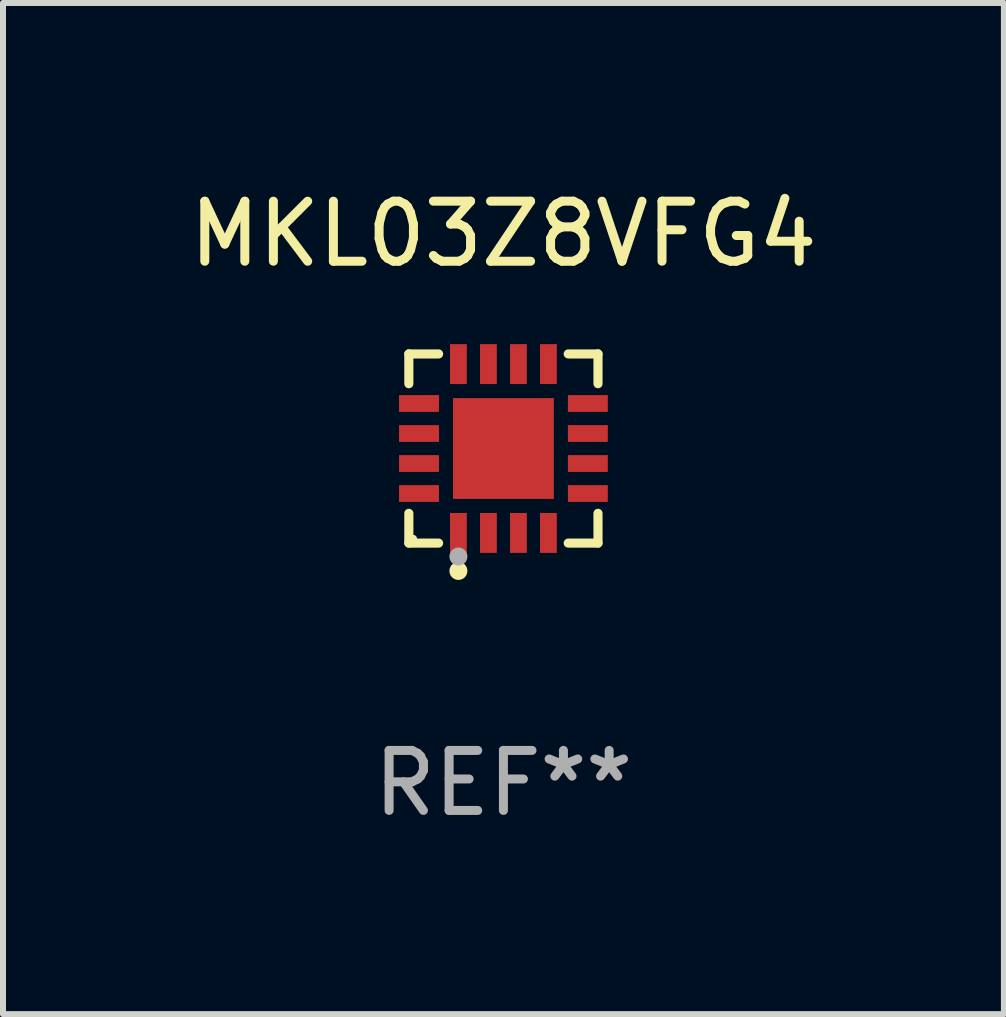
<source format=kicad_pcb>
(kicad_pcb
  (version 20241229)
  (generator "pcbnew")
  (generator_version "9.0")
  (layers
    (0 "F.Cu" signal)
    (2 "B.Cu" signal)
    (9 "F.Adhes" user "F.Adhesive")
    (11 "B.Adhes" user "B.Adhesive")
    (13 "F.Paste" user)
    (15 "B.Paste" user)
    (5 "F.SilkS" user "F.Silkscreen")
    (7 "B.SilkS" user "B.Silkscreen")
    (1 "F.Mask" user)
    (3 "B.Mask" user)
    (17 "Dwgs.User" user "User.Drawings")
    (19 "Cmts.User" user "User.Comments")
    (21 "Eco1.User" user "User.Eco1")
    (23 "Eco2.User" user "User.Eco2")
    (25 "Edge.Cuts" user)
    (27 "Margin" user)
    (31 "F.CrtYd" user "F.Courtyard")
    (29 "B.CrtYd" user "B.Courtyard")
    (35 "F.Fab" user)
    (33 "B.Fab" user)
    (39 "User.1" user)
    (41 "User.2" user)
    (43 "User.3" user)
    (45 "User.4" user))
  (footprint "MKL03Z8VFG4"
    (layer "F.Cu")
    (at 5.339 4.424)
    (property "Reference" "MKL03Z8VFG4" (at 0 -3.576 0) (layer "F.SilkS") (effects (font (size 1 1) (thickness 0.15))))
    (attr through_hole)
    (fp_line (start -1.576 -1.576) (end -1.08 -1.576) (stroke (width 0.152) (type solid)) (layer "F.SilkS"))
    (fp_line (start -1.576 -1.08) (end -1.576 -1.576) (stroke (width 0.152) (type solid)) (layer "F.SilkS"))
    (fp_line (start -1.576 1.08) (end -1.576 1.576) (stroke (width 0.152) (type solid)) (layer "F.SilkS"))
    (fp_line (start -1.576 1.576) (end -1.08 1.576) (stroke (width 0.152) (type solid)) (layer "F.SilkS"))
    (fp_line (start 1.576 -1.576) (end 1.08 -1.576) (stroke (width 0.152) (type solid)) (layer "F.SilkS"))
    (fp_line (start 1.576 -1.08) (end 1.576 -1.576) (stroke (width 0.152) (type solid)) (layer "F.SilkS"))
    (fp_line (start 1.576 1.08) (end 1.576 1.576) (stroke (width 0.152) (type solid)) (layer "F.SilkS"))
    (fp_line (start 1.576 1.576) (end 1.08 1.576) (stroke (width 0.152) (type solid)) (layer "F.SilkS"))
    (fp_circle (center -1.5 1.5) (end -1.47 1.5) (stroke (width 0.06) (type solid)) (fill no) (layer "F.SilkS"))
    (fp_circle (center -0.75 2.04) (end -0.675 2.04) (stroke (width 0.15) (type solid)) (fill no) (layer "F.SilkS"))
    (fp_circle (center -0.75 1.8) (end -0.675 1.8) (stroke (width 0.15) (type solid)) (fill no) (layer "F.Fab"))
    (fp_text user "REF**" (at 0 5.576 0) (layer "F.Fab") (effects (font (size 1 1) (thickness 0.15))))
    (pad "1" smd rect (at -0.75 1.407) (size 0.28 0.665) (layers "F.Cu" "F.Mask" "F.Paste"))
    (pad "2" smd rect (at -0.25 1.407) (size 0.28 0.665) (layers "F.Cu" "F.Mask" "F.Paste"))
    (pad "3" smd rect (at 0.25 1.407) (size 0.28 0.665) (layers "F.Cu" "F.Mask" "F.Paste"))
    (pad "4" smd rect (at 0.75 1.407) (size 0.28 0.665) (layers "F.Cu" "F.Mask" "F.Paste"))
    (pad "5" smd rect (at 1.407 0.75) (size 0.665 0.28) (layers "F.Cu" "F.Mask" "F.Paste"))
    (pad "6" smd rect (at 1.407 0.25) (size 0.665 0.28) (layers "F.Cu" "F.Mask" "F.Paste"))
    (pad "7" smd rect (at 1.407 -0.25) (size 0.665 0.28) (layers "F.Cu" "F.Mask" "F.Paste"))
    (pad "8" smd rect (at 1.407 -0.75) (size 0.665 0.28) (layers "F.Cu" "F.Mask" "F.Paste"))
    (pad "9" smd rect (at 0.75 -1.407) (size 0.28 0.665) (layers "F.Cu" "F.Mask" "F.Paste"))
    (pad "10" smd rect (at 0.25 -1.407) (size 0.28 0.665) (layers "F.Cu" "F.Mask" "F.Paste"))
    (pad "11" smd rect (at -0.25 -1.407) (size 0.28 0.665) (layers "F.Cu" "F.Mask" "F.Paste"))
    (pad "12" smd rect (at -0.75 -1.407) (size 0.28 0.665) (layers "F.Cu" "F.Mask" "F.Paste"))
    (pad "13" smd rect (at -1.407 -0.75) (size 0.665 0.28) (layers "F.Cu" "F.Mask" "F.Paste"))
    (pad "14" smd rect (at -1.407 -0.25) (size 0.665 0.28) (layers "F.Cu" "F.Mask" "F.Paste"))
    (pad "15" smd rect (at -1.407 0.25) (size 0.665 0.28) (layers "F.Cu" "F.Mask" "F.Paste"))
    (pad "16" smd rect (at -1.407 0.75) (size 0.665 0.28) (layers "F.Cu" "F.Mask" "F.Paste"))
    (pad "17" smd rect (at 0 0) (size 1.68 1.68) (layers "F.Cu" "F.Mask" "F.Paste")))
  (gr_rect
    (start -3 -3)
    (end 13.679 13.849)
    (stroke (width 0.1) (type default))
    (fill no)
    (layer "Edge.Cuts")))
</source>
